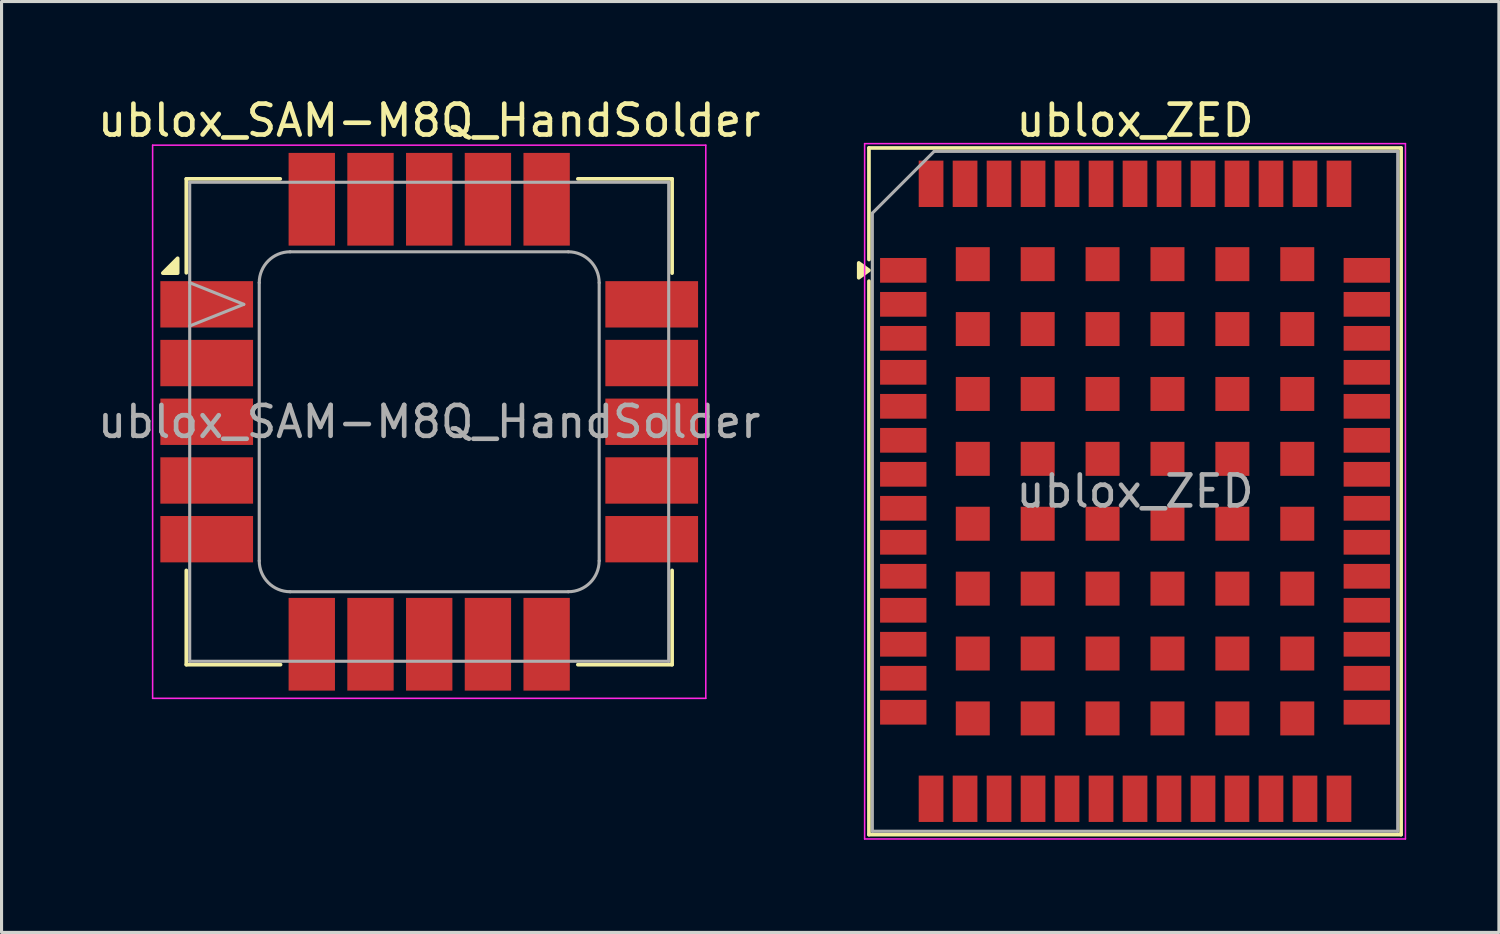
<source format=kicad_pcb>
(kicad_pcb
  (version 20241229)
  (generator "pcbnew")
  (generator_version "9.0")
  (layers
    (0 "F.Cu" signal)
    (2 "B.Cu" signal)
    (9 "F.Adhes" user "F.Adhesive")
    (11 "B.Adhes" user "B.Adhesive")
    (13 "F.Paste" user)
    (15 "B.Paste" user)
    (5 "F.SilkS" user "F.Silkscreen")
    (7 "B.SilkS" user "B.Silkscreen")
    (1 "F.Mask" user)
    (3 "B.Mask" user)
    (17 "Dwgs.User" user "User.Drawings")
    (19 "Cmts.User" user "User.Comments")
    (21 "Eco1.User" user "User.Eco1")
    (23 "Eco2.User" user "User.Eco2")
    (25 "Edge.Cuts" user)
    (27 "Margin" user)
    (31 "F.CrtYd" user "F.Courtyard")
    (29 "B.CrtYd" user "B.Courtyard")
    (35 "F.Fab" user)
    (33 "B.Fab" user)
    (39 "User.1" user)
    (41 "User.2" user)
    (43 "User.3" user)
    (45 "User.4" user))
  (footprint "ublox_ZED"
    (layer "F.Cu")
    (at 33.679 12.848)
    (property "Reference" "ublox_ZED" (at 0 -12 0) (layer "F.SilkS") (effects (font (size 1 1) (thickness 0.15))))
    (attr smd)
    (fp_line (start -8.61 -11.11) (end 8.61 -11.11) (stroke (width 0.12) (type solid)) (layer "F.SilkS"))
    (fp_line (start -8.61 -7.5) (end -8.61 -11.11) (stroke (width 0.12) (type default)) (layer "F.SilkS"))
    (fp_line (start -8.61 -6.8) (end -8.61 11.11) (stroke (width 0.12) (type solid)) (layer "F.SilkS"))
    (fp_line (start -8.61 11.11) (end 8.61 11.11) (stroke (width 0.12) (type solid)) (layer "F.SilkS"))
    (fp_line (start 8.61 -11.11) (end 8.61 11.11) (stroke (width 0.12) (type solid)) (layer "F.SilkS"))
    (fp_poly (pts (xy -8.61 -7.15) (xy -8.94 -6.91) (xy -8.94 -7.39) (xy -8.61 -7.15)) (stroke (width 0.12) (type solid)) (fill yes) (layer "F.SilkS"))
    (fp_line (start -8.75 -11.25) (end -8.75 11.25) (stroke (width 0.05) (type solid)) (layer "F.CrtYd"))
    (fp_line (start -8.75 -11.25) (end 8.75 -11.25) (stroke (width 0.05) (type solid)) (layer "F.CrtYd"))
    (fp_line (start -8.75 11.25) (end 8.75 11.25) (stroke (width 0.05) (type solid)) (layer "F.CrtYd"))
    (fp_line (start 8.75 -11.25) (end 8.75 11.25) (stroke (width 0.05) (type solid)) (layer "F.CrtYd"))
    (fp_line (start -8.5 -9) (end -8.5 11) (stroke (width 0.1) (type solid)) (layer "F.Fab"))
    (fp_line (start -8.5 -9) (end -6.5 -11) (stroke (width 0.1) (type solid)) (layer "F.Fab"))
    (fp_line (start -8.5 11) (end 8.5 11) (stroke (width 0.1) (type solid)) (layer "F.Fab"))
    (fp_line (start -6.5 -11) (end 8.5 -11) (stroke (width 0.1) (type solid)) (layer "F.Fab"))
    (fp_line (start 8.5 -11) (end 8.5 11) (stroke (width 0.1) (type solid)) (layer "F.Fab"))
    (fp_text user "${REFERENCE}" (at 0 0 0) (layer "F.Fab") (effects (font (size 1 1) (thickness 0.15))))
    (pad "1" smd rect (at -7.5 -7.15) (size 1.5 0.8) (layers "F.Cu" "F.Mask" "F.Paste"))
    (pad "2" smd rect (at -7.5 -6.05) (size 1.5 0.8) (layers "F.Cu" "F.Mask" "F.Paste"))
    (pad "3" smd rect (at -7.5 -4.95) (size 1.5 0.8) (layers "F.Cu" "F.Mask" "F.Paste"))
    (pad "4" smd rect (at -7.5 -3.85) (size 1.5 0.8) (layers "F.Cu" "F.Mask" "F.Paste"))
    (pad "5" smd rect (at -7.5 -2.75) (size 1.5 0.8) (layers "F.Cu" "F.Mask" "F.Paste"))
    (pad "6" smd rect (at -7.5 -1.65) (size 1.5 0.8) (layers "F.Cu" "F.Mask" "F.Paste"))
    (pad "7" smd rect (at -7.5 -0.55) (size 1.5 0.8) (layers "F.Cu" "F.Mask" "F.Paste"))
    (pad "8" smd rect (at -7.5 0.55) (size 1.5 0.8) (layers "F.Cu" "F.Mask" "F.Paste"))
    (pad "9" smd rect (at -7.5 1.65) (size 1.5 0.8) (layers "F.Cu" "F.Mask" "F.Paste"))
    (pad "10" smd rect (at -7.5 2.75) (size 1.5 0.8) (layers "F.Cu" "F.Mask" "F.Paste"))
    (pad "11" smd rect (at -7.5 3.85) (size 1.5 0.8) (layers "F.Cu" "F.Mask" "F.Paste"))
    (pad "12" smd rect (at -7.5 4.95) (size 1.5 0.8) (layers "F.Cu" "F.Mask" "F.Paste"))
    (pad "13" smd rect (at -7.5 6.05) (size 1.5 0.8) (layers "F.Cu" "F.Mask" "F.Paste"))
    (pad "14" smd rect (at -7.5 7.15) (size 1.5 0.8) (layers "F.Cu" "F.Mask" "F.Paste"))
    (pad "15" smd rect (at -6.6 9.95 90) (size 1.5 0.8) (layers "F.Cu" "F.Mask" "F.Paste"))
    (pad "16" smd rect (at -5.5 9.95 90) (size 1.5 0.8) (layers "F.Cu" "F.Mask" "F.Paste"))
    (pad "17" smd rect (at -4.4 9.95 90) (size 1.5 0.8) (layers "F.Cu" "F.Mask" "F.Paste"))
    (pad "18" smd rect (at -3.3 9.95 270) (size 1.5 0.8) (layers "F.Cu" "F.Mask" "F.Paste"))
    (pad "19" smd rect (at -2.2 9.95 90) (size 1.5 0.8) (layers "F.Cu" "F.Mask" "F.Paste"))
    (pad "20" smd rect (at -1.1 9.95 90) (size 1.5 0.8) (layers "F.Cu" "F.Mask" "F.Paste"))
    (pad "21" smd rect (at 0 9.95 90) (size 1.5 0.8) (layers "F.Cu" "F.Mask" "F.Paste"))
    (pad "22" smd rect (at 1.1 9.95 90) (size 1.5 0.8) (layers "F.Cu" "F.Mask" "F.Paste"))
    (pad "23" smd rect (at 2.2 9.95 90) (size 1.5 0.8) (layers "F.Cu" "F.Mask" "F.Paste"))
    (pad "24" smd rect (at 3.3 9.95 90) (size 1.5 0.8) (layers "F.Cu" "F.Mask" "F.Paste"))
    (pad "25" smd rect (at 4.4 9.95 90) (size 1.5 0.8) (layers "F.Cu" "F.Mask" "F.Paste"))
    (pad "26" smd rect (at 5.5 9.95 90) (size 1.5 0.8) (layers "F.Cu" "F.Mask" "F.Paste"))
    (pad "27" smd rect (at 6.6 9.95 90) (size 1.5 0.8) (layers "F.Cu" "F.Mask" "F.Paste"))
    (pad "28" smd rect (at 7.5 7.15) (size 1.5 0.8) (layers "F.Cu" "F.Mask" "F.Paste"))
    (pad "29" smd rect (at 7.5 6.05) (size 1.5 0.8) (layers "F.Cu" "F.Mask" "F.Paste"))
    (pad "30" smd rect (at 7.5 4.95) (size 1.5 0.8) (layers "F.Cu" "F.Mask" "F.Paste"))
    (pad "31" smd rect (at 7.5 3.85) (size 1.5 0.8) (layers "F.Cu" "F.Mask" "F.Paste"))
    (pad "32" smd rect (at 7.5 2.75) (size 1.5 0.8) (layers "F.Cu" "F.Mask" "F.Paste"))
    (pad "33" smd rect (at 7.5 1.65) (size 1.5 0.8) (layers "F.Cu" "F.Mask" "F.Paste"))
    (pad "34" smd rect (at 7.5 0.55) (size 1.5 0.8) (layers "F.Cu" "F.Mask" "F.Paste"))
    (pad "35" smd rect (at 7.5 -0.55) (size 1.5 0.8) (layers "F.Cu" "F.Mask" "F.Paste"))
    (pad "36" smd rect (at 7.5 -1.65) (size 1.5 0.8) (layers "F.Cu" "F.Mask" "F.Paste"))
    (pad "37" smd rect (at 7.5 -2.75) (size 1.5 0.8) (layers "F.Cu" "F.Mask" "F.Paste"))
    (pad "38" smd rect (at 7.5 -3.85) (size 1.5 0.8) (layers "F.Cu" "F.Mask" "F.Paste"))
    (pad "39" smd rect (at 7.5 -4.95) (size 1.5 0.8) (layers "F.Cu" "F.Mask" "F.Paste"))
    (pad "40" smd rect (at 7.5 -6.05) (size 1.5 0.8) (layers "F.Cu" "F.Mask" "F.Paste"))
    (pad "41" smd rect (at 7.5 -7.15) (size 1.5 0.8) (layers "F.Cu" "F.Mask" "F.Paste"))
    (pad "42" smd rect (at 6.6 -9.95 90) (size 1.5 0.8) (layers "F.Cu" "F.Mask" "F.Paste"))
    (pad "43" smd rect (at 5.5 -9.95 90) (size 1.5 0.8) (layers "F.Cu" "F.Mask" "F.Paste"))
    (pad "44" smd rect (at 4.4 -9.95 90) (size 1.5 0.8) (layers "F.Cu" "F.Mask" "F.Paste"))
    (pad "45" smd rect (at 3.3 -9.95 90) (size 1.5 0.8) (layers "F.Cu" "F.Mask" "F.Paste"))
    (pad "46" smd rect (at 2.2 -9.95 90) (size 1.5 0.8) (layers "F.Cu" "F.Mask" "F.Paste"))
    (pad "47" smd rect (at 1.1 -9.95 90) (size 1.5 0.8) (layers "F.Cu" "F.Mask" "F.Paste"))
    (pad "48" smd rect (at 0 -9.95 90) (size 1.5 0.8) (layers "F.Cu" "F.Mask" "F.Paste"))
    (pad "49" smd rect (at -1.1 -9.95 90) (size 1.5 0.8) (layers "F.Cu" "F.Mask" "F.Paste"))
    (pad "50" smd rect (at -2.2 -9.95 90) (size 1.5 0.8) (layers "F.Cu" "F.Mask" "F.Paste"))
    (pad "51" smd rect (at -3.3 -9.95 90) (size 1.5 0.8) (layers "F.Cu" "F.Mask" "F.Paste"))
    (pad "52" smd rect (at -4.4 -9.95 90) (size 1.5 0.8) (layers "F.Cu" "F.Mask" "F.Paste"))
    (pad "53" smd rect (at -5.5 -9.95 90) (size 1.5 0.8) (layers "F.Cu" "F.Mask" "F.Paste"))
    (pad "54" smd rect (at -6.6 -9.95 90) (size 1.5 0.8) (layers "F.Cu" "F.Mask" "F.Paste"))
    (pad "55" smd rect (at -5.25 -7.35) (size 1.1 1.1) (layers "F.Cu" "F.Mask" "F.Paste"))
    (pad "55" smd rect (at -5.25 -5.25) (size 1.1 1.1) (layers "F.Cu" "F.Mask" "F.Paste"))
    (pad "55" smd rect (at -5.25 -3.15) (size 1.1 1.1) (layers "F.Cu" "F.Mask" "F.Paste"))
    (pad "55" smd rect (at -5.25 -1.05) (size 1.1 1.1) (layers "F.Cu" "F.Mask" "F.Paste"))
    (pad "55" smd rect (at -5.25 1.05) (size 1.1 1.1) (layers "F.Cu" "F.Mask" "F.Paste"))
    (pad "55" smd rect (at -5.25 3.15) (size 1.1 1.1) (layers "F.Cu" "F.Mask" "F.Paste"))
    (pad "55" smd rect (at -5.25 5.25) (size 1.1 1.1) (layers "F.Cu" "F.Mask" "F.Paste"))
    (pad "55" smd rect (at -5.25 7.35) (size 1.1 1.1) (layers "F.Cu" "F.Mask" "F.Paste"))
    (pad "55" smd rect (at -3.15 -7.35) (size 1.1 1.1) (layers "F.Cu" "F.Mask" "F.Paste"))
    (pad "55" smd rect (at -3.15 -5.25) (size 1.1 1.1) (layers "F.Cu" "F.Mask" "F.Paste"))
    (pad "55" smd rect (at -3.15 -3.15) (size 1.1 1.1) (layers "F.Cu" "F.Mask" "F.Paste"))
    (pad "55" smd rect (at -3.15 -1.05) (size 1.1 1.1) (layers "F.Cu" "F.Mask" "F.Paste"))
    (pad "55" smd rect (at -3.15 1.05) (size 1.1 1.1) (layers "F.Cu" "F.Mask" "F.Paste"))
    (pad "55" smd rect (at -3.15 3.15) (size 1.1 1.1) (layers "F.Cu" "F.Mask" "F.Paste"))
    (pad "55" smd rect (at -3.15 5.25) (size 1.1 1.1) (layers "F.Cu" "F.Mask" "F.Paste"))
    (pad "55" smd rect (at -3.15 7.35) (size 1.1 1.1) (layers "F.Cu" "F.Mask" "F.Paste"))
    (pad "55" smd rect (at -1.05 -7.35) (size 1.1 1.1) (layers "F.Cu" "F.Mask" "F.Paste"))
    (pad "55" smd rect (at -1.05 -5.25) (size 1.1 1.1) (layers "F.Cu" "F.Mask" "F.Paste"))
    (pad "55" smd rect (at -1.05 -3.15) (size 1.1 1.1) (layers "F.Cu" "F.Mask" "F.Paste"))
    (pad "55" smd rect (at -1.05 -1.05) (size 1.1 1.1) (layers "F.Cu" "F.Mask" "F.Paste"))
    (pad "55" smd rect (at -1.05 1.05) (size 1.1 1.1) (layers "F.Cu" "F.Mask" "F.Paste"))
    (pad "55" smd rect (at -1.05 3.15) (size 1.1 1.1) (layers "F.Cu" "F.Mask" "F.Paste"))
    (pad "55" smd rect (at -1.05 5.25) (size 1.1 1.1) (layers "F.Cu" "F.Mask" "F.Paste"))
    (pad "55" smd rect (at -1.05 7.35) (size 1.1 1.1) (layers "F.Cu" "F.Mask" "F.Paste"))
    (pad "55" smd rect (at 1.05 -7.35) (size 1.1 1.1) (layers "F.Cu" "F.Mask" "F.Paste"))
    (pad "55" smd rect (at 1.05 -5.25) (size 1.1 1.1) (layers "F.Cu" "F.Mask" "F.Paste"))
    (pad "55" smd rect (at 1.05 -3.15) (size 1.1 1.1) (layers "F.Cu" "F.Mask" "F.Paste"))
    (pad "55" smd rect (at 1.05 -1.05) (size 1.1 1.1) (layers "F.Cu" "F.Mask" "F.Paste"))
    (pad "55" smd rect (at 1.05 1.05) (size 1.1 1.1) (layers "F.Cu" "F.Mask" "F.Paste"))
    (pad "55" smd rect (at 1.05 3.15) (size 1.1 1.1) (layers "F.Cu" "F.Mask" "F.Paste"))
    (pad "55" smd rect (at 1.05 5.25) (size 1.1 1.1) (layers "F.Cu" "F.Mask" "F.Paste"))
    (pad "55" smd rect (at 1.05 7.35) (size 1.1 1.1) (layers "F.Cu" "F.Mask" "F.Paste"))
    (pad "55" smd rect (at 3.15 -7.35) (size 1.1 1.1) (layers "F.Cu" "F.Mask" "F.Paste"))
    (pad "55" smd rect (at 3.15 -5.25) (size 1.1 1.1) (layers "F.Cu" "F.Mask" "F.Paste"))
    (pad "55" smd rect (at 3.15 -3.15) (size 1.1 1.1) (layers "F.Cu" "F.Mask" "F.Paste"))
    (pad "55" smd rect (at 3.15 -1.05) (size 1.1 1.1) (layers "F.Cu" "F.Mask" "F.Paste"))
    (pad "55" smd rect (at 3.15 1.05) (size 1.1 1.1) (layers "F.Cu" "F.Mask" "F.Paste"))
    (pad "55" smd rect (at 3.15 3.15) (size 1.1 1.1) (layers "F.Cu" "F.Mask" "F.Paste"))
    (pad "55" smd rect (at 3.15 5.25) (size 1.1 1.1) (layers "F.Cu" "F.Mask" "F.Paste"))
    (pad "55" smd rect (at 3.15 7.35) (size 1.1 1.1) (layers "F.Cu" "F.Mask" "F.Paste"))
    (pad "55" smd rect (at 5.25 -7.35) (size 1.1 1.1) (layers "F.Cu" "F.Mask" "F.Paste"))
    (pad "55" smd rect (at 5.25 -5.25) (size 1.1 1.1) (layers "F.Cu" "F.Mask" "F.Paste"))
    (pad "55" smd rect (at 5.25 -3.15) (size 1.1 1.1) (layers "F.Cu" "F.Mask" "F.Paste"))
    (pad "55" smd rect (at 5.25 -1.05) (size 1.1 1.1) (layers "F.Cu" "F.Mask" "F.Paste"))
    (pad "55" smd rect (at 5.25 1.05) (size 1.1 1.1) (layers "F.Cu" "F.Mask" "F.Paste"))
    (pad "55" smd rect (at 5.25 3.15) (size 1.1 1.1) (layers "F.Cu" "F.Mask" "F.Paste"))
    (pad "55" smd rect (at 5.25 5.25) (size 1.1 1.1) (layers "F.Cu" "F.Mask" "F.Paste"))
    (pad "55" smd rect (at 5.25 7.35) (size 1.1 1.1) (layers "F.Cu" "F.Mask" "F.Paste")))
  (footprint "ublox_SAM-M8Q_HandSolder"
    (layer "F.Cu")
    (at 10.839 10.598)
    (property "Reference" "ublox_SAM-M8Q_HandSolder" (at 0 -9.75 0) (layer "F.SilkS") (effects (font (size 1 1) (thickness 0.15))))
    (attr smd)
    (fp_line (start -7.86 -7.86) (end -7.86 -4.82) (stroke (width 0.12) (type solid)) (layer "F.SilkS"))
    (fp_line (start -7.86 4.81) (end -7.86 7.86) (stroke (width 0.12) (type solid)) (layer "F.SilkS"))
    (fp_line (start -7.86 7.86) (end -4.81 7.86) (stroke (width 0.12) (type solid)) (layer "F.SilkS"))
    (fp_line (start -4.82 -7.86) (end -7.86 -7.86) (stroke (width 0.12) (type solid)) (layer "F.SilkS"))
    (fp_line (start 4.81 -7.86) (end 7.86 -7.86) (stroke (width 0.12) (type solid)) (layer "F.SilkS"))
    (fp_line (start 4.81 7.86) (end 7.86 7.86) (stroke (width 0.12) (type solid)) (layer "F.SilkS"))
    (fp_line (start 7.86 -7.86) (end 7.86 -4.81) (stroke (width 0.12) (type solid)) (layer "F.SilkS"))
    (fp_line (start 7.86 4.81) (end 7.86 7.86) (stroke (width 0.12) (type solid)) (layer "F.SilkS"))
    (fp_poly (pts (xy -8.14 -4.81) (xy -8.14 -5.29) (xy -8.62 -4.81)) (stroke (width 0.12) (type solid)) (fill yes) (layer "F.SilkS"))
    (fp_line (start -8.95 -8.95) (end -8.95 8.95) (stroke (width 0.05) (type solid)) (layer "F.CrtYd"))
    (fp_line (start -8.95 8.95) (end 8.95 8.95) (stroke (width 0.05) (type solid)) (layer "F.CrtYd"))
    (fp_line (start 8.95 -8.95) (end -8.95 -8.95) (stroke (width 0.05) (type solid)) (layer "F.CrtYd"))
    (fp_line (start 8.95 8.95) (end 8.95 -8.95) (stroke (width 0.05) (type solid)) (layer "F.CrtYd"))
    (fp_line (start -7.75 -7.75) (end 7.75 -7.75) (stroke (width 0.1) (type solid)) (layer "F.Fab"))
    (fp_line (start -7.75 7.75) (end -7.75 -7.75) (stroke (width 0.1) (type solid)) (layer "F.Fab"))
    (fp_line (start -6 -3.8) (end -7.75 -4.5) (stroke (width 0.1) (type solid)) (layer "F.Fab"))
    (fp_line (start -6 -3.8) (end -7.75 -3.1) (stroke (width 0.1) (type solid)) (layer "F.Fab"))
    (fp_line (start -5.5 -4.5) (end -5.5 4.5) (stroke (width 0.1) (type solid)) (layer "F.Fab"))
    (fp_line (start -4.5 5.5) (end 4.5 5.5) (stroke (width 0.1) (type solid)) (layer "F.Fab"))
    (fp_line (start 4.5 -5.5) (end -4.5 -5.5) (stroke (width 0.1) (type solid)) (layer "F.Fab"))
    (fp_line (start 5.5 4.5) (end 5.5 -4.5) (stroke (width 0.1) (type solid)) (layer "F.Fab"))
    (fp_line (start 7.75 -7.75) (end 7.75 7.75) (stroke (width 0.1) (type solid)) (layer "F.Fab"))
    (fp_line (start 7.75 7.75) (end -7.75 7.75) (stroke (width 0.1) (type solid)) (layer "F.Fab"))
    (fp_arc (start -5.5 -4.5) (mid -5.207107 -5.207107) (end -4.5 -5.5) (stroke (width 0.1) (type solid)) (layer "F.Fab"))
    (fp_arc (start -4.5 5.5) (mid -5.207107 5.207107) (end -5.5 4.5) (stroke (width 0.1) (type solid)) (layer "F.Fab"))
    (fp_arc (start 4.5 -5.5) (mid 5.207107 -5.207107) (end 5.5 -4.5) (stroke (width 0.1) (type solid)) (layer "F.Fab"))
    (fp_arc (start 5.5 4.5) (mid 5.207107 5.207107) (end 4.5 5.5) (stroke (width 0.1) (type solid)) (layer "F.Fab"))
    (fp_text user "${REFERENCE}" (at 0 0 0) (layer "F.Fab") (effects (font (size 1 1) (thickness 0.15))))
    (pad "1" smd rect (at -7.2 -3.8) (size 3 1.5) (layers "F.Cu" "F.Mask" "F.Paste"))
    (pad "2" smd rect (at -7.2 -1.9) (size 3 1.5) (layers "F.Cu" "F.Mask" "F.Paste"))
    (pad "3" smd rect (at -7.2 0) (size 3 1.5) (layers "F.Cu" "F.Mask" "F.Paste"))
    (pad "4" smd rect (at -7.2 1.9) (size 3 1.5) (layers "F.Cu" "F.Mask" "F.Paste"))
    (pad "5" smd rect (at -7.2 3.8) (size 3 1.5) (layers "F.Cu" "F.Mask" "F.Paste"))
    (pad "6" smd rect (at -3.8 7.2) (size 1.5 3) (layers "F.Cu" "F.Mask" "F.Paste"))
    (pad "7" smd rect (at -1.9 7.2) (size 1.5 3) (layers "F.Cu" "F.Mask" "F.Paste"))
    (pad "8" smd rect (at 0 7.2) (size 1.5 3) (layers "F.Cu" "F.Mask" "F.Paste"))
    (pad "9" smd rect (at 1.9 7.2) (size 1.5 3) (layers "F.Cu" "F.Mask" "F.Paste"))
    (pad "10" smd rect (at 3.8 7.2) (size 1.5 3) (layers "F.Cu" "F.Mask" "F.Paste"))
    (pad "11" smd rect (at 7.2 3.8) (size 3 1.5) (layers "F.Cu" "F.Mask" "F.Paste"))
    (pad "12" smd rect (at 7.2 1.9) (size 3 1.5) (layers "F.Cu" "F.Mask" "F.Paste"))
    (pad "13" smd rect (at 7.2 0) (size 3 1.5) (layers "F.Cu" "F.Mask" "F.Paste"))
    (pad "14" smd rect (at 7.2 -1.9) (size 3 1.5) (layers "F.Cu" "F.Mask" "F.Paste"))
    (pad "15" smd rect (at 7.2 -3.8) (size 3 1.5) (layers "F.Cu" "F.Mask" "F.Paste"))
    (pad "16" smd rect (at 3.8 -7.2) (size 1.5 3) (layers "F.Cu" "F.Mask" "F.Paste"))
    (pad "17" smd rect (at 1.9 -7.2) (size 1.5 3) (layers "F.Cu" "F.Mask" "F.Paste"))
    (pad "18" smd rect (at 0 -7.2) (size 1.5 3) (layers "F.Cu" "F.Mask" "F.Paste"))
    (pad "19" smd rect (at -1.9 -7.2) (size 1.5 3) (layers "F.Cu" "F.Mask" "F.Paste"))
    (pad "20" smd rect (at -3.8 -7.2) (size 1.5 3) (layers "F.Cu" "F.Mask" "F.Paste")))
  (gr_rect
    (start -3 -3)
    (end 45.454 27.123)
    (stroke (width 0.1) (type default))
    (fill no)
    (layer "Edge.Cuts")))
</source>
